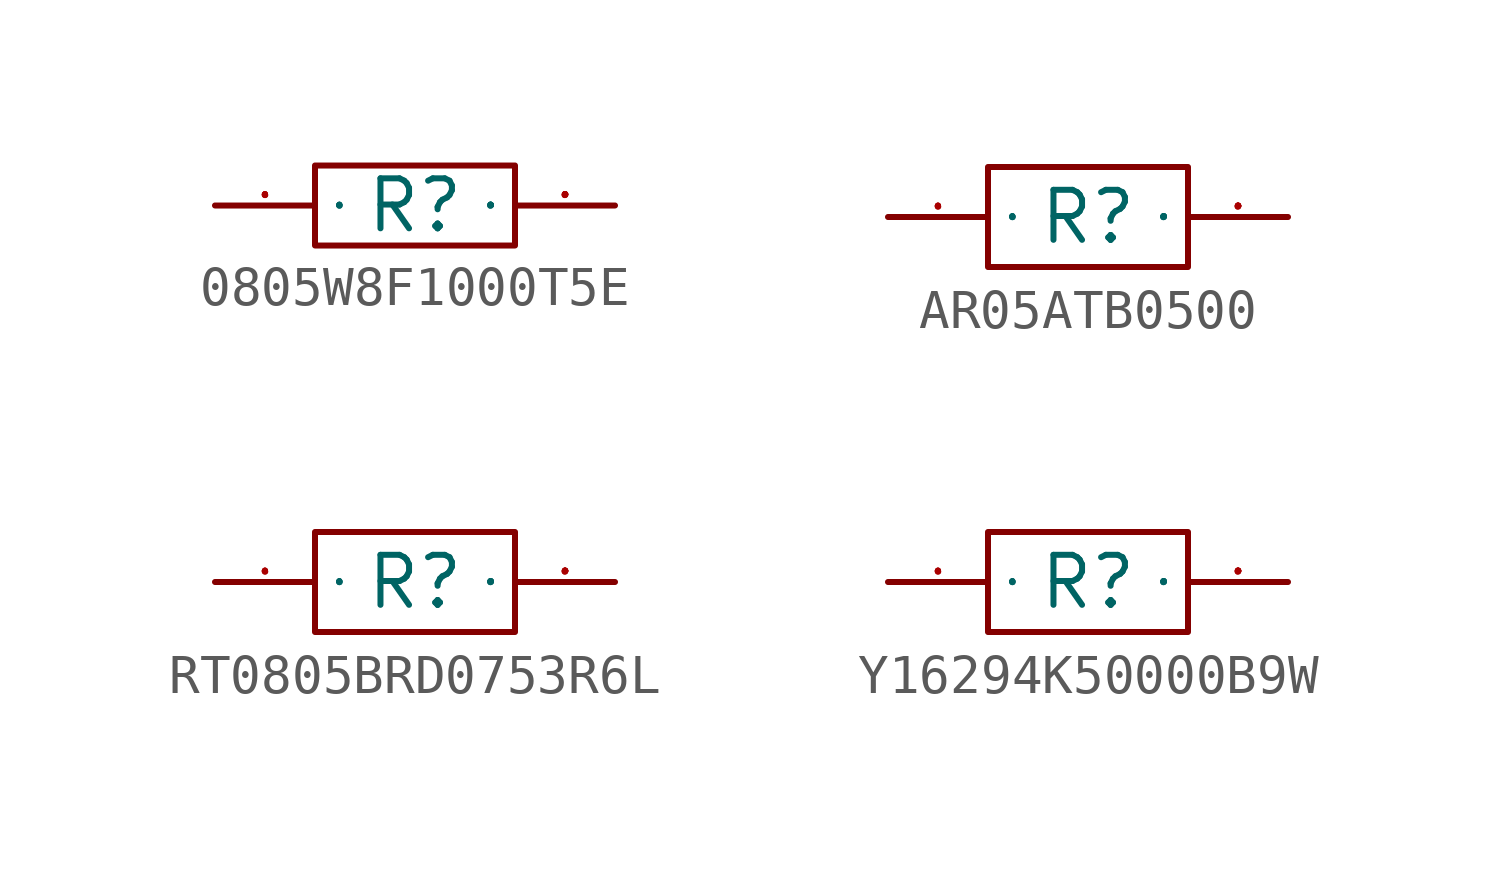
<source format=kicad_sym>
(kicad_symbol_lib
  (version 20231120)
  (generator "kicad_symbol_editor")
  (generator_version "8.0")
  (symbol "0805W8F1000T5E"
    (property "Reference" "R"
      (at 0 0 0)
      (effects (font (size 1.27 1.27))))
    (property "Value" ""
      (at 0 0 0)
      (effects (font (size 1.27 1.27))))
    (symbol "0805W8F1000T5E_1_0"
      (rectangle (start -2.54 -1.016) (end 2.54 1.016) (stroke (width 0) (type default)) (fill (type none)))
      (pin input line (at -5.08 0 0) (length 2.54) (name "1" (effects (font (size 0.025 0.025)))) (number "1" (effects (font (size 0.025 0.025)))))
      (pin input line (at 5.08 0 180) (length 2.54) (name "2" (effects (font (size 0.025 0.025)))) (number "2" (effects (font (size 0.025 0.025)))))))
  (symbol "AR05ATB0500"
    (property "Reference" "R"
      (at 0 0 0)
      (effects (font (size 1.27 1.27))))
    (property "Value" ""
      (at 0 0 0)
      (effects (font (size 1.27 1.27))))
    (symbol "AR05ATB0500_1_0"
      (rectangle (start -2.54 1.27) (end 2.54 -1.27) (stroke (width 0) (type default)) (fill (type none)))
      (pin unspecified line (at -5.08 0 0) (length 2.54) (name "1" (effects (font (size 0.025 0.025)))) (number "1" (effects (font (size 0.025 0.025)))))
      (pin unspecified line (at 5.08 0 180) (length 2.54) (name "2" (effects (font (size 0.025 0.025)))) (number "2" (effects (font (size 0.025 0.025)))))))
  (symbol "RT0805BRD0753R6L"
    (property "Reference" "R"
      (at 0 0 0)
      (effects (font (size 1.27 1.27))))
    (property "Value" ""
      (at 0 0 0)
      (effects (font (size 1.27 1.27))))
    (symbol "RT0805BRD0753R6L_1_0"
      (rectangle (start -2.54 1.27) (end 2.54 -1.27) (stroke (width 0) (type default)) (fill (type none)))
      (pin unspecified line (at -5.08 0 0) (length 2.54) (name "1" (effects (font (size 0.025 0.025)))) (number "1" (effects (font (size 0.025 0.025)))))
      (pin unspecified line (at 5.08 0 180) (length 2.54) (name "2" (effects (font (size 0.025 0.025)))) (number "2" (effects (font (size 0.025 0.025)))))))
  (symbol "Y16294K50000B9W"
    (property "Reference" "R"
      (at 0 0 0)
      (effects (font (size 1.27 1.27))))
    (property "Value" ""
      (at 0 0 0)
      (effects (font (size 1.27 1.27))))
    (symbol "Y16294K50000B9W_1_0"
      (rectangle (start -2.54 -1.27) (end 2.54 1.27) (stroke (width 0) (type default)) (fill (type none)))
      (pin unspecified line (at -5.08 0 0) (length 2.54) (name "1" (effects (font (size 0.025 0.025)))) (number "1" (effects (font (size 0.025 0.025)))))
      (pin unspecified line (at 5.08 0 180) (length 2.54) (name "2" (effects (font (size 0.025 0.025)))) (number "2" (effects (font (size 0.025 0.025))))))))
</source>
